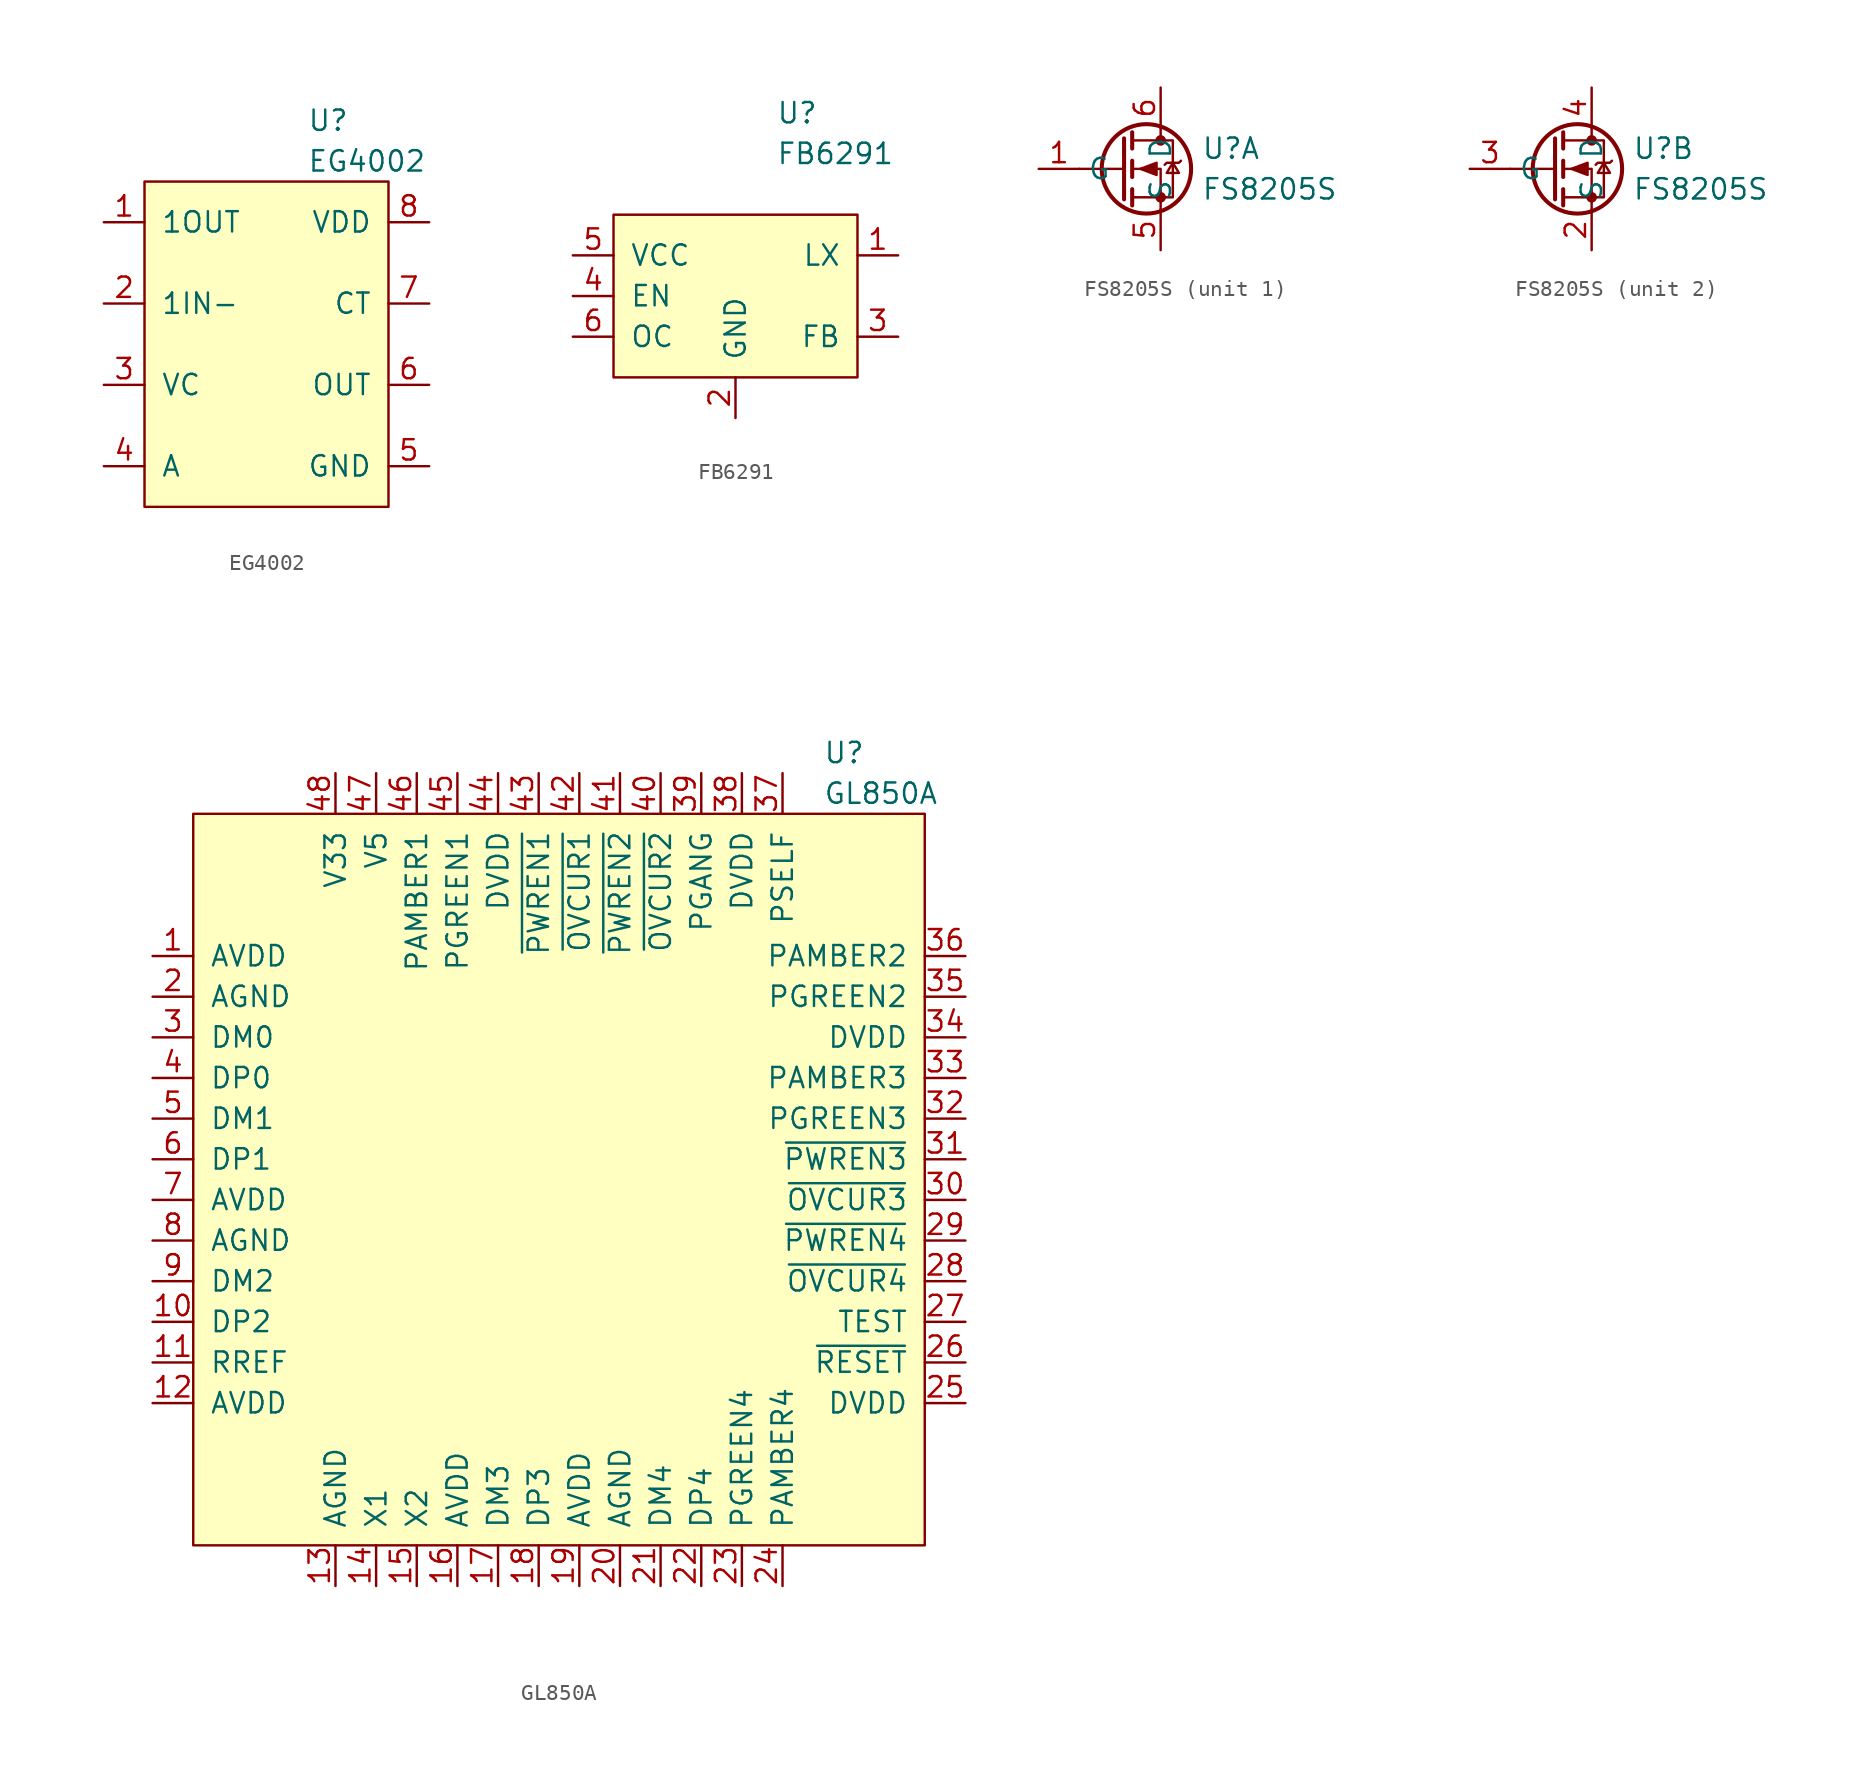
<source format=kicad_sym>
(kicad_symbol_lib
  (version 20231120)
  (generator "kicad_symbol_editor")
  (generator_version "8.0")
  (symbol "EG4002"
    (pin_names
      (offset 1.016))
    (property "Reference" "U"
      (at 2.54 13.97 0)
      (effects (font (size 1.27 1.27)) (justify left)))
    (property "Value" "EG4002"
      (at 2.54 11.43 0)
      (effects (font (size 1.27 1.27)) (justify left)))
    (symbol "EG4002_0_1"
      (rectangle (start -7.62 10.16) (end 7.62 -10.16) (stroke (width 0) (type default)) (fill (type background))))
    (symbol "EG4002_1_1"
      (pin output line (at -10.16 7.62 0) (length 2.54) (name "1OUT" (effects (font (size 1.27 1.27)))) (number "1" (effects (font (size 1.27 1.27)))))
      (pin input line (at -10.16 2.54 0) (length 2.54) (name "1IN-" (effects (font (size 1.27 1.27)))) (number "2" (effects (font (size 1.27 1.27)))))
      (pin input line (at -10.16 -2.54 0) (length 2.54) (name "VC" (effects (font (size 1.27 1.27)))) (number "3" (effects (font (size 1.27 1.27)))))
      (pin input line (at -10.16 -7.62 0) (length 2.54) (name "A" (effects (font (size 1.27 1.27)))) (number "4" (effects (font (size 1.27 1.27)))))
      (pin power_in line (at 10.16 -7.62 180) (length 2.54) (name "GND" (effects (font (size 1.27 1.27)))) (number "5" (effects (font (size 1.27 1.27)))))
      (pin output line (at 10.16 -2.54 180) (length 2.54) (name "OUT" (effects (font (size 1.27 1.27)))) (number "6" (effects (font (size 1.27 1.27)))))
      (pin input line (at 10.16 2.54 180) (length 2.54) (name "CT" (effects (font (size 1.27 1.27)))) (number "7" (effects (font (size 1.27 1.27)))))
      (pin power_in line (at 10.16 7.62 180) (length 2.54) (name "VDD" (effects (font (size 1.27 1.27)))) (number "8" (effects (font (size 1.27 1.27)))))))
  (symbol "FB6291"
    (pin_names
      (offset 1.016))
    (property "Reference" "U"
      (at 2.54 11.43 0)
      (effects (font (size 1.27 1.27)) (justify left)))
    (property "Value" "FB6291"
      (at 2.54 8.89 0)
      (effects (font (size 1.27 1.27)) (justify left)))
    (symbol "FB6291_0_1"
      (rectangle (start -7.62 5.08) (end 7.62 -5.08) (stroke (width 0) (type default)) (fill (type background))))
    (symbol "FB6291_1_1"
      (pin power_out line (at 10.16 2.54 180) (length 2.54) (name "LX" (effects (font (size 1.27 1.27)))) (number "1" (effects (font (size 1.27 1.27)))))
      (pin power_in line (at 0 -7.62 90) (length 2.54) (name "GND" (effects (font (size 1.27 1.27)))) (number "2" (effects (font (size 1.27 1.27)))))
      (pin input line (at 10.16 -2.54 180) (length 2.54) (name "FB" (effects (font (size 1.27 1.27)))) (number "3" (effects (font (size 1.27 1.27)))))
      (pin input line (at -10.16 0 0) (length 2.54) (name "EN" (effects (font (size 1.27 1.27)))) (number "4" (effects (font (size 1.27 1.27)))))
      (pin power_in line (at -10.16 2.54 0) (length 2.54) (name "VCC" (effects (font (size 1.27 1.27)))) (number "5" (effects (font (size 1.27 1.27)))))
      (pin input line (at -10.16 -2.54 0) (length 2.54) (name "OC" (effects (font (size 1.27 1.27)))) (number "6" (effects (font (size 1.27 1.27)))))))
  (symbol "FS8205S"
    (property "Reference" "U"
      (at 5.08 1.27 0)
      (effects (font (size 1.27 1.27)) (justify left)))
    (property "Value" "FS8205S"
      (at 5.08 -1.27 0)
      (effects (font (size 1.27 1.27)) (justify left)))
    (symbol "FS8205S_1_1"
      (polyline (pts (xy 0.254 0) (xy -2.54 0)) (stroke (width 0) (type default)) (fill (type none)))
      (polyline (pts (xy 0.254 1.905) (xy 0.254 -1.905)) (stroke (width 0.254) (type default)) (fill (type none)))
      (polyline (pts (xy 0.762 -1.27) (xy 0.762 -2.286)) (stroke (width 0.254) (type default)) (fill (type none)))
      (polyline (pts (xy 0.762 0.508) (xy 0.762 -0.508)) (stroke (width 0.254) (type default)) (fill (type none)))
      (polyline (pts (xy 0.762 2.286) (xy 0.762 1.27)) (stroke (width 0.254) (type default)) (fill (type none)))
      (polyline (pts (xy 2.54 2.54) (xy 2.54 1.778)) (stroke (width 0) (type default)) (fill (type none)))
      (polyline (pts (xy 2.54 -2.54) (xy 2.54 0) (xy 0.762 0)) (stroke (width 0) (type default)) (fill (type none)))
      (polyline (pts (xy 0.762 1.778) (xy 3.302 1.778) (xy 3.302 -1.778) (xy 0.762 -1.778)) (stroke (width 0) (type default)) (fill (type none)))
      (polyline (pts (xy 1.27 0) (xy 2.286 -0.381) (xy 2.286 0.381) (xy 1.27 0)) (stroke (width 0) (type default)) (fill (type outline)))
      (polyline (pts (xy 2.794 0.254) (xy 2.921 0.381) (xy 3.683 0.381) (xy 3.81 0.508)) (stroke (width 0) (type default)) (fill (type none)))
      (polyline (pts (xy 3.302 0.381) (xy 3.683 -0.254) (xy 2.921 -0.254) (xy 3.302 0.381)) (stroke (width 0) (type default)) (fill (type none)))
      (circle (center 1.651 0) (radius 2.794) (stroke (width 0.254) (type default)) (fill (type none)))
      (circle (center 2.54 -1.778) (radius 0.254) (stroke (width 0) (type default)) (fill (type outline)))
      (circle (center 2.54 1.778) (radius 0.254) (stroke (width 0) (type default)) (fill (type outline)))
      (pin input line (at -5.08 0 0) (length 2.54) (name "G" (effects (font (size 1.27 1.27)))) (number "1" (effects (font (size 1.27 1.27)))))
      (pin passive line (at 2.54 -5.08 90) (length 2.54) (name "S" (effects (font (size 1.27 1.27)))) (number "5" (effects (font (size 1.27 1.27)))))
      (pin passive line (at 2.54 5.08 270) (length 2.54) (name "D" (effects (font (size 1.27 1.27)))) (number "6" (effects (font (size 1.27 1.27))))))
    (symbol "FS8205S_2_1"
      (polyline (pts (xy 0.254 0) (xy -2.54 0)) (stroke (width 0) (type default)) (fill (type none)))
      (polyline (pts (xy 0.254 1.905) (xy 0.254 -1.905)) (stroke (width 0.254) (type default)) (fill (type none)))
      (polyline (pts (xy 0.762 -1.27) (xy 0.762 -2.286)) (stroke (width 0.254) (type default)) (fill (type none)))
      (polyline (pts (xy 0.762 0.508) (xy 0.762 -0.508)) (stroke (width 0.254) (type default)) (fill (type none)))
      (polyline (pts (xy 0.762 2.286) (xy 0.762 1.27)) (stroke (width 0.254) (type default)) (fill (type none)))
      (polyline (pts (xy 2.54 2.54) (xy 2.54 1.778)) (stroke (width 0) (type default)) (fill (type none)))
      (polyline (pts (xy 2.54 -2.54) (xy 2.54 0) (xy 0.762 0)) (stroke (width 0) (type default)) (fill (type none)))
      (polyline (pts (xy 0.762 1.778) (xy 3.302 1.778) (xy 3.302 -1.778) (xy 0.762 -1.778)) (stroke (width 0) (type default)) (fill (type none)))
      (polyline (pts (xy 1.27 0) (xy 2.286 -0.381) (xy 2.286 0.381) (xy 1.27 0)) (stroke (width 0) (type default)) (fill (type outline)))
      (polyline (pts (xy 2.794 0.254) (xy 2.921 0.381) (xy 3.683 0.381) (xy 3.81 0.508)) (stroke (width 0) (type default)) (fill (type none)))
      (polyline (pts (xy 3.302 0.381) (xy 3.683 -0.254) (xy 2.921 -0.254) (xy 3.302 0.381)) (stroke (width 0) (type default)) (fill (type none)))
      (circle (center 1.651 0) (radius 2.794) (stroke (width 0.254) (type default)) (fill (type none)))
      (circle (center 2.54 -1.778) (radius 0.254) (stroke (width 0) (type default)) (fill (type outline)))
      (circle (center 2.54 1.778) (radius 0.254) (stroke (width 0) (type default)) (fill (type outline)))
      (pin passive line (at 2.54 -5.08 90) (length 2.54) (name "S" (effects (font (size 1.27 1.27)))) (number "2" (effects (font (size 1.27 1.27)))))
      (pin input line (at -5.08 0 0) (length 2.54) (name "G" (effects (font (size 1.27 1.27)))) (number "3" (effects (font (size 1.27 1.27)))))
      (pin passive line (at 2.54 5.08 270) (length 2.54) (name "D" (effects (font (size 1.27 1.27)))) (number "4" (effects (font (size 1.27 1.27)))))))
  (symbol "GL850A"
    (pin_names
      (offset 1.016))
    (property "Reference" "U"
      (at 16.51 26.67 0)
      (effects (font (size 1.27 1.27)) (justify left)))
    (property "Value" "GL850A"
      (at 16.51 24.13 0)
      (effects (font (size 1.27 1.27)) (justify left)))
    (symbol "GL850A_0_1"
      (rectangle (start -22.86 22.86) (end 22.86 -22.86) (stroke (width 0) (type default)) (fill (type background))))
    (symbol "GL850A_1_1"
      (pin power_in line (at -25.4 13.97 0) (length 2.54) (name "AVDD" (effects (font (size 1.27 1.27)))) (number "1" (effects (font (size 1.27 1.27)))))
      (pin output line (at -25.4 -8.89 0) (length 2.54) (name "DP2" (effects (font (size 1.27 1.27)))) (number "10" (effects (font (size 1.27 1.27)))))
      (pin input line (at -25.4 -11.43 0) (length 2.54) (name "RREF" (effects (font (size 1.27 1.27)))) (number "11" (effects (font (size 1.27 1.27)))))
      (pin power_in line (at -25.4 -13.97 0) (length 2.54) (name "AVDD" (effects (font (size 1.27 1.27)))) (number "12" (effects (font (size 1.27 1.27)))))
      (pin power_in line (at -13.97 -25.4 90) (length 2.54) (name "AGND" (effects (font (size 1.27 1.27)))) (number "13" (effects (font (size 1.27 1.27)))))
      (pin input line (at -11.43 -25.4 90) (length 2.54) (name "X1" (effects (font (size 1.27 1.27)))) (number "14" (effects (font (size 1.27 1.27)))))
      (pin input line (at -8.89 -25.4 90) (length 2.54) (name "X2" (effects (font (size 1.27 1.27)))) (number "15" (effects (font (size 1.27 1.27)))))
      (pin power_in line (at -6.35 -25.4 90) (length 2.54) (name "AVDD" (effects (font (size 1.27 1.27)))) (number "16" (effects (font (size 1.27 1.27)))))
      (pin output line (at -3.81 -25.4 90) (length 2.54) (name "DM3" (effects (font (size 1.27 1.27)))) (number "17" (effects (font (size 1.27 1.27)))))
      (pin output line (at -1.27 -25.4 90) (length 2.54) (name "DP3" (effects (font (size 1.27 1.27)))) (number "18" (effects (font (size 1.27 1.27)))))
      (pin power_in line (at 1.27 -25.4 90) (length 2.54) (name "AVDD" (effects (font (size 1.27 1.27)))) (number "19" (effects (font (size 1.27 1.27)))))
      (pin power_in line (at -25.4 11.43 0) (length 2.54) (name "AGND" (effects (font (size 1.27 1.27)))) (number "2" (effects (font (size 1.27 1.27)))))
      (pin power_in line (at 3.81 -25.4 90) (length 2.54) (name "AGND" (effects (font (size 1.27 1.27)))) (number "20" (effects (font (size 1.27 1.27)))))
      (pin output line (at 6.35 -25.4 90) (length 2.54) (name "DM4" (effects (font (size 1.27 1.27)))) (number "21" (effects (font (size 1.27 1.27)))))
      (pin output line (at 8.89 -25.4 90) (length 2.54) (name "DP4" (effects (font (size 1.27 1.27)))) (number "22" (effects (font (size 1.27 1.27)))))
      (pin output line (at 11.43 -25.4 90) (length 2.54) (name "PGREEN4" (effects (font (size 1.27 1.27)))) (number "23" (effects (font (size 1.27 1.27)))))
      (pin output line (at 13.97 -25.4 90) (length 2.54) (name "PAMBER4" (effects (font (size 1.27 1.27)))) (number "24" (effects (font (size 1.27 1.27)))))
      (pin power_in line (at 25.4 -13.97 180) (length 2.54) (name "DVDD" (effects (font (size 1.27 1.27)))) (number "25" (effects (font (size 1.27 1.27)))))
      (pin input line (at 25.4 -11.43 180) (length 2.54) (name "~{RESET}" (effects (font (size 1.27 1.27)))) (number "26" (effects (font (size 1.27 1.27)))))
      (pin input line (at 25.4 -8.89 180) (length 2.54) (name "TEST" (effects (font (size 1.27 1.27)))) (number "27" (effects (font (size 1.27 1.27)))))
      (pin input line (at 25.4 -6.35 180) (length 2.54) (name "~{OVCUR4}" (effects (font (size 1.27 1.27)))) (number "28" (effects (font (size 1.27 1.27)))))
      (pin input line (at 25.4 -3.81 180) (length 2.54) (name "~{PWREN4}" (effects (font (size 1.27 1.27)))) (number "29" (effects (font (size 1.27 1.27)))))
      (pin output line (at -25.4 8.89 0) (length 2.54) (name "DM0" (effects (font (size 1.27 1.27)))) (number "3" (effects (font (size 1.27 1.27)))))
      (pin input line (at 25.4 -1.27 180) (length 2.54) (name "~{OVCUR3}" (effects (font (size 1.27 1.27)))) (number "30" (effects (font (size 1.27 1.27)))))
      (pin input line (at 25.4 1.27 180) (length 2.54) (name "~{PWREN3}" (effects (font (size 1.27 1.27)))) (number "31" (effects (font (size 1.27 1.27)))))
      (pin output line (at 25.4 3.81 180) (length 2.54) (name "PGREEN3" (effects (font (size 1.27 1.27)))) (number "32" (effects (font (size 1.27 1.27)))))
      (pin output line (at 25.4 6.35 180) (length 2.54) (name "PAMBER3" (effects (font (size 1.27 1.27)))) (number "33" (effects (font (size 1.27 1.27)))))
      (pin power_in line (at 25.4 8.89 180) (length 2.54) (name "DVDD" (effects (font (size 1.27 1.27)))) (number "34" (effects (font (size 1.27 1.27)))))
      (pin output line (at 25.4 11.43 180) (length 2.54) (name "PGREEN2" (effects (font (size 1.27 1.27)))) (number "35" (effects (font (size 1.27 1.27)))))
      (pin output line (at 25.4 13.97 180) (length 2.54) (name "PAMBER2" (effects (font (size 1.27 1.27)))) (number "36" (effects (font (size 1.27 1.27)))))
      (pin input line (at 13.97 25.4 270) (length 2.54) (name "PSELF" (effects (font (size 1.27 1.27)))) (number "37" (effects (font (size 1.27 1.27)))))
      (pin power_in line (at 11.43 25.4 270) (length 2.54) (name "DVDD" (effects (font (size 1.27 1.27)))) (number "38" (effects (font (size 1.27 1.27)))))
      (pin input line (at 8.89 25.4 270) (length 2.54) (name "PGANG" (effects (font (size 1.27 1.27)))) (number "39" (effects (font (size 1.27 1.27)))))
      (pin output line (at -25.4 6.35 0) (length 2.54) (name "DP0" (effects (font (size 1.27 1.27)))) (number "4" (effects (font (size 1.27 1.27)))))
      (pin input line (at 6.35 25.4 270) (length 2.54) (name "~{OVCUR2}" (effects (font (size 1.27 1.27)))) (number "40" (effects (font (size 1.27 1.27)))))
      (pin input line (at 3.81 25.4 270) (length 2.54) (name "~{PWREN2}" (effects (font (size 1.27 1.27)))) (number "41" (effects (font (size 1.27 1.27)))))
      (pin input line (at 1.27 25.4 270) (length 2.54) (name "~{OVCUR1}" (effects (font (size 1.27 1.27)))) (number "42" (effects (font (size 1.27 1.27)))))
      (pin input line (at -1.27 25.4 270) (length 2.54) (name "~{PWREN1}" (effects (font (size 1.27 1.27)))) (number "43" (effects (font (size 1.27 1.27)))))
      (pin power_in line (at -3.81 25.4 270) (length 2.54) (name "DVDD" (effects (font (size 1.27 1.27)))) (number "44" (effects (font (size 1.27 1.27)))))
      (pin output line (at -6.35 25.4 270) (length 2.54) (name "PGREEN1" (effects (font (size 1.27 1.27)))) (number "45" (effects (font (size 1.27 1.27)))))
      (pin output line (at -8.89 25.4 270) (length 2.54) (name "PAMBER1" (effects (font (size 1.27 1.27)))) (number "46" (effects (font (size 1.27 1.27)))))
      (pin power_in line (at -11.43 25.4 270) (length 2.54) (name "V5" (effects (font (size 1.27 1.27)))) (number "47" (effects (font (size 1.27 1.27)))))
      (pin power_in line (at -13.97 25.4 270) (length 2.54) (name "V33" (effects (font (size 1.27 1.27)))) (number "48" (effects (font (size 1.27 1.27)))))
      (pin output line (at -25.4 3.81 0) (length 2.54) (name "DM1" (effects (font (size 1.27 1.27)))) (number "5" (effects (font (size 1.27 1.27)))))
      (pin output line (at -25.4 1.27 0) (length 2.54) (name "DP1" (effects (font (size 1.27 1.27)))) (number "6" (effects (font (size 1.27 1.27)))))
      (pin power_in line (at -25.4 -1.27 0) (length 2.54) (name "AVDD" (effects (font (size 1.27 1.27)))) (number "7" (effects (font (size 1.27 1.27)))))
      (pin power_in line (at -25.4 -3.81 0) (length 2.54) (name "AGND" (effects (font (size 1.27 1.27)))) (number "8" (effects (font (size 1.27 1.27)))))
      (pin output line (at -25.4 -6.35 0) (length 2.54) (name "DM2" (effects (font (size 1.27 1.27)))) (number "9" (effects (font (size 1.27 1.27))))))))
</source>
